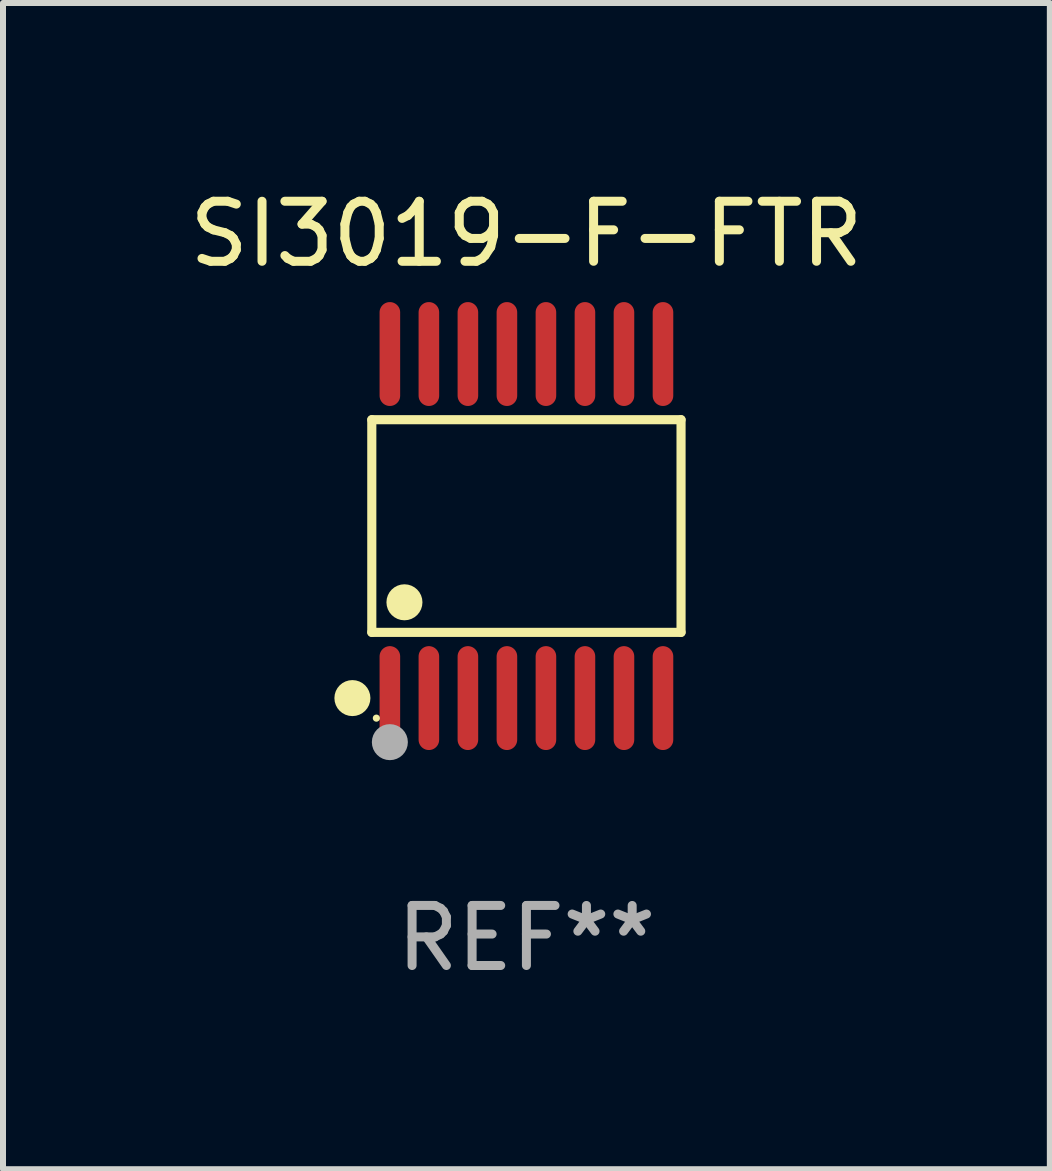
<source format=kicad_pcb>
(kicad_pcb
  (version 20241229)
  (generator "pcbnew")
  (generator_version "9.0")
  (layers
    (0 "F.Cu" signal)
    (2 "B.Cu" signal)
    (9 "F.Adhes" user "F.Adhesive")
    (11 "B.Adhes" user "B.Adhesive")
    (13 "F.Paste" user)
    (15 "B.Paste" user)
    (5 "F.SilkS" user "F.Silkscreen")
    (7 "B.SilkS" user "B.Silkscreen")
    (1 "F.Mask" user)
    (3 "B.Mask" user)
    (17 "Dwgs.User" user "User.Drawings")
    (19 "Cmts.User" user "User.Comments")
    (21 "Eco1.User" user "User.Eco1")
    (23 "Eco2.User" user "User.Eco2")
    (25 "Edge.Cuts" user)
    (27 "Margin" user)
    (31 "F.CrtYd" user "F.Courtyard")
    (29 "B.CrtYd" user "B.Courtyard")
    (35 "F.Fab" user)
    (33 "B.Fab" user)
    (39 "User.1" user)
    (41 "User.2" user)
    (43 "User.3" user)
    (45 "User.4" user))
  (footprint "SI3019-F-FTR"
    (layer "F.Cu")
    (at 5.72 5.714)
    (property "Reference" "SI3019-F-FTR" (at 0 -4.866 0) (layer "F.SilkS") (effects (font (size 1 1) (thickness 0.15))))
    (attr through_hole)
    (fp_line (start -2.576 -1.772) (end 2.576 -1.772) (stroke (width 0.152) (type solid)) (layer "F.SilkS"))
    (fp_line (start -2.576 1.771) (end -2.576 -1.772) (stroke (width 0.152) (type solid)) (layer "F.SilkS"))
    (fp_line (start 2.576 -1.772) (end 2.576 1.771) (stroke (width 0.152) (type solid)) (layer "F.SilkS"))
    (fp_line (start 2.576 1.771) (end -2.576 1.771) (stroke (width 0.152) (type solid)) (layer "F.SilkS"))
    (fp_circle (center -2.899 2.866) (end -2.749 2.866) (stroke (width 0.3) (type solid)) (fill no) (layer "F.SilkS"))
    (fp_circle (center -2.5 3.2) (end -2.47 3.2) (stroke (width 0.06) (type solid)) (fill no) (layer "F.SilkS"))
    (fp_circle (center -2.032 1.27) (end -1.882 1.27) (stroke (width 0.3) (type solid)) (fill no) (layer "F.SilkS"))
    (fp_circle (center -2.275 3.6) (end -2.125 3.6) (stroke (width 0.3) (type solid)) (fill no) (layer "F.Fab"))
    (fp_text user "REF**" (at 0 6.866 0) (layer "F.Fab") (effects (font (size 1 1) (thickness 0.15))))
    (pad "1" smd oval (at -2.275 2.866) (size 0.343 1.731) (layers "F.Cu" "F.Mask" "F.Paste"))
    (pad "2" smd oval (at -1.625 2.866) (size 0.343 1.731) (layers "F.Cu" "F.Mask" "F.Paste"))
    (pad "3" smd oval (at -0.975 2.866) (size 0.343 1.731) (layers "F.Cu" "F.Mask" "F.Paste"))
    (pad "4" smd oval (at -0.325 2.866) (size 0.343 1.731) (layers "F.Cu" "F.Mask" "F.Paste"))
    (pad "5" smd oval (at 0.325 2.866) (size 0.343 1.731) (layers "F.Cu" "F.Mask" "F.Paste"))
    (pad "6" smd oval (at 0.975 2.866) (size 0.343 1.731) (layers "F.Cu" "F.Mask" "F.Paste"))
    (pad "7" smd oval (at 1.625 2.866) (size 0.343 1.731) (layers "F.Cu" "F.Mask" "F.Paste"))
    (pad "8" smd oval (at 2.275 2.866) (size 0.343 1.731) (layers "F.Cu" "F.Mask" "F.Paste"))
    (pad "9" smd oval (at 2.275 -2.866) (size 0.343 1.731) (layers "F.Cu" "F.Mask" "F.Paste"))
    (pad "10" smd oval (at 1.625 -2.866) (size 0.343 1.731) (layers "F.Cu" "F.Mask" "F.Paste"))
    (pad "11" smd oval (at 0.975 -2.866) (size 0.343 1.731) (layers "F.Cu" "F.Mask" "F.Paste"))
    (pad "12" smd oval (at 0.325 -2.866) (size 0.343 1.731) (layers "F.Cu" "F.Mask" "F.Paste"))
    (pad "13" smd oval (at -0.325 -2.866) (size 0.343 1.731) (layers "F.Cu" "F.Mask" "F.Paste"))
    (pad "14" smd oval (at -0.975 -2.866) (size 0.343 1.731) (layers "F.Cu" "F.Mask" "F.Paste"))
    (pad "15" smd oval (at -1.625 -2.866) (size 0.343 1.731) (layers "F.Cu" "F.Mask" "F.Paste"))
    (pad "16" smd oval (at -2.275 -2.866) (size 0.343 1.731) (layers "F.Cu" "F.Mask" "F.Paste")))
  (gr_rect
    (start -3 -3)
    (end 14.44 16.428)
    (stroke (width 0.1) (type default))
    (fill no)
    (layer "Edge.Cuts")))
</source>
